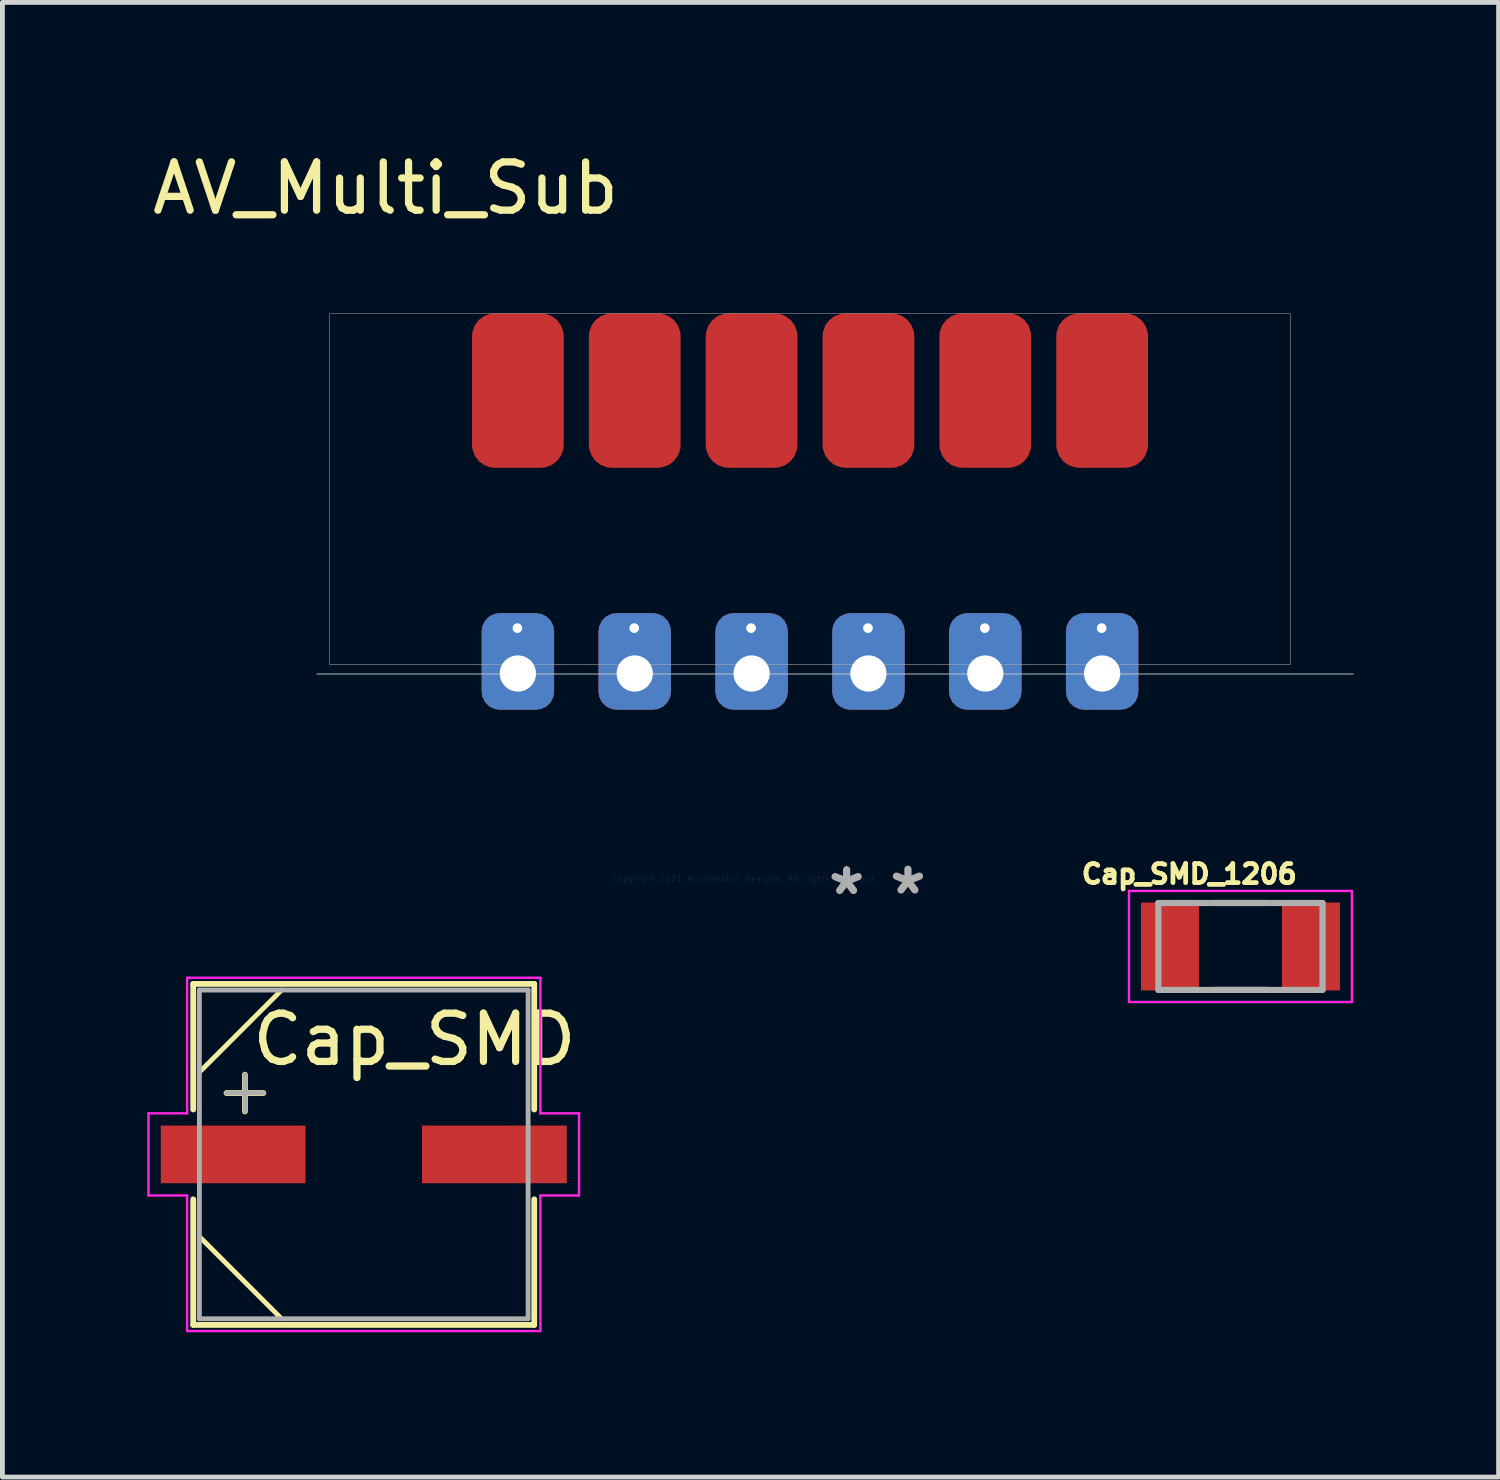
<source format=kicad_pcb>
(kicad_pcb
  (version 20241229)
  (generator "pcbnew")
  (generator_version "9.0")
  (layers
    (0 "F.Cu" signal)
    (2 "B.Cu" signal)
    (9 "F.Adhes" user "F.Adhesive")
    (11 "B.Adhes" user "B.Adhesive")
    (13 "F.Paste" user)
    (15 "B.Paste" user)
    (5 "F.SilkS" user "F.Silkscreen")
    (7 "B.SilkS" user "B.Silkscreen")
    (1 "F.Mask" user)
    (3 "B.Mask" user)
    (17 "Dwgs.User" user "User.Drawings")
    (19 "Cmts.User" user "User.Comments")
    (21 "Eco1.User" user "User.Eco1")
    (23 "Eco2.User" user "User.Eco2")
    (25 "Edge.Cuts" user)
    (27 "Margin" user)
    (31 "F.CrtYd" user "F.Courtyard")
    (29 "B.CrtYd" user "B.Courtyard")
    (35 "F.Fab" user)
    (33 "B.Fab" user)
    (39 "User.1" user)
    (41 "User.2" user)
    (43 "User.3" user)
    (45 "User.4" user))
  (footprint "Cap_SMD_1206"
    (layer "F.Cu")
    (at 22.639 16.551)
    (property "Reference" "Cap_SMD_1206" (at -1.06 -1.5 0) (layer "F.SilkS") (effects (font (size 0.394 0.394) (thickness 0.15))))
    (attr through_hole)
    (fp_line (start -0.54 -0.9) (end 0.54 -0.9) (stroke (width 0.127) (type solid)) (layer "F.SilkS"))
    (fp_line (start -0.54 0.9) (end 0.54 0.9) (stroke (width 0.127) (type solid)) (layer "F.SilkS"))
    (fp_line (start -2.308 -1.15) (end 2.308 -1.15) (stroke (width 0.05) (type solid)) (layer "F.CrtYd"))
    (fp_line (start -2.308 1.15) (end -2.308 -1.15) (stroke (width 0.05) (type solid)) (layer "F.CrtYd"))
    (fp_line (start -2.308 1.15) (end 2.308 1.15) (stroke (width 0.05) (type solid)) (layer "F.CrtYd"))
    (fp_line (start 2.308 1.15) (end 2.308 -1.15) (stroke (width 0.05) (type solid)) (layer "F.CrtYd"))
    (fp_line (start -1.7 0.9) (end -1.7 -0.9) (stroke (width 0.127) (type solid)) (layer "F.Fab"))
    (fp_line (start 1.7 -0.9) (end -1.7 -0.9) (stroke (width 0.127) (type solid)) (layer "F.Fab"))
    (fp_line (start 1.7 0.9) (end -1.7 0.9) (stroke (width 0.127) (type solid)) (layer "F.Fab"))
    (fp_line (start 1.7 0.9) (end 1.7 -0.9) (stroke (width 0.127) (type solid)) (layer "F.Fab"))
    (pad "1" smd rect (at -1.46 0) (size 1.2 1.82) (layers "F.Cu" "F.Mask" "F.Paste"))
    (pad "2" smd rect (at 1.46 0) (size 1.2 1.82) (layers "F.Cu" "F.Mask" "F.Paste")))
  (footprint "AV_Multi_Sub"
    (layer "F.Cu")
    (at 13.725 3.438)
    (property "Reference" "AV_Multi_Sub" (at -8.79 -2.59 0) (layer "F.SilkS") (effects (font (size 1 1) (thickness 0.15))))
    (attr through_hole)
    (fp_line (start -10.21 7.47) (end 11.25 7.47) (stroke (width 0.02) (type solid)) (layer "Dwgs.User"))
    (fp_poly (pts (xy 9.979 7.459) (xy 5.242 7.459) (xy 5.235 5.891) (xy 5.229 4.322) (xy -5.178 4.322) (xy -5.185 5.891) (xy -5.191 7.459) (xy -9.953 7.459) (xy -9.953 0.001) (xy 9.979 0.001) (xy 9.979 7.459)) (stroke (width 0.01) (type solid)) (fill no) (layer "Eco1.User"))
    (fp_poly (pts (xy 9.949 7.274) (xy -9.948 7.274) (xy -9.948 0.006) (xy 9.949 0.006) (xy 9.949 7.274)) (stroke (width 0.01) (type solid)) (fill no) (layer "F.Fab"))
    (pad "1" connect roundrect (at 6.05 1.6) (size 1.9 3.2) (layers "F.Cu" "F.Mask") (roundrect_rratio 0.25))
    (pad "3" connect roundrect (at 3.63 1.6) (size 1.9 3.2) (layers "F.Cu" "F.Mask") (roundrect_rratio 0.25))
    (pad "5" connect roundrect (at 1.21 1.6) (size 1.9 3.2) (layers "F.Cu" "F.Mask") (roundrect_rratio 0.25))
    (pad "7" connect roundrect (at -1.21 1.6) (size 1.9 3.2) (layers "F.Cu" "F.Mask") (roundrect_rratio 0.25))
    (pad "9" connect roundrect (at -3.63 1.6) (size 1.9 3.2) (layers "F.Cu" "F.Mask") (roundrect_rratio 0.25))
    (pad "11" connect roundrect (at -6.05 1.6) (size 1.9 3.2) (layers "F.Cu" "F.Mask") (roundrect_rratio 0.25))
    (pad "101" thru_hole circle (at 6.04 6.52) (size 0.4 0.4) (drill 0.2) (layers "*.Cu" "*.Mask"))
    (pad "101" thru_hole roundrect (at 6.05 7.46) (size 1.5 2) (drill 0.75 (offset 0 -0.25)) (layers "*.Cu" "*.Mask") (roundrect_rratio 0.25))
    (pad "103" thru_hole circle (at 3.62 6.52) (size 0.4 0.4) (drill 0.2) (layers "*.Cu" "*.Mask"))
    (pad "103" thru_hole roundrect (at 3.63 7.46) (size 1.5 2) (drill 0.75 (offset 0 -0.25)) (layers "*.Cu" "*.Mask") (roundrect_rratio 0.25))
    (pad "105" thru_hole circle (at 1.2 6.52) (size 0.4 0.4) (drill 0.2) (layers "*.Cu" "*.Mask"))
    (pad "105" thru_hole roundrect (at 1.21 7.46) (size 1.5 2) (drill 0.75 (offset 0 -0.25)) (layers "*.Cu" "*.Mask") (roundrect_rratio 0.25))
    (pad "107" thru_hole circle (at -1.22 6.52) (size 0.4 0.4) (drill 0.2) (layers "*.Cu" "*.Mask"))
    (pad "107" thru_hole roundrect (at -1.21 7.46) (size 1.5 2) (drill 0.75 (offset 0 -0.25)) (layers "*.Cu" "*.Mask") (roundrect_rratio 0.25))
    (pad "109" thru_hole circle (at -3.64 6.52) (size 0.4 0.4) (drill 0.2) (layers "*.Cu" "*.Mask"))
    (pad "109" thru_hole roundrect (at -3.63 7.46) (size 1.5 2) (drill 0.75 (offset 0 -0.25)) (layers "*.Cu" "*.Mask") (roundrect_rratio 0.25))
    (pad "111" thru_hole circle (at -6.06 6.52) (size 0.4 0.4) (drill 0.2) (layers "*.Cu" "*.Mask"))
    (pad "111" thru_hole roundrect (at -6.05 7.46) (size 1.5 2) (drill 0.75 (offset 0 -0.25)) (layers "*.Cu" "*.Mask") (roundrect_rratio 0.25)))
  (footprint "Cap_SMD"
    (layer "F.Cu")
    (at 4.483 20.857)
    (property "Reference" "Cap_SMD" (at 1.05 -2.38 0) (layer "F.SilkS") (effects (font (size 1 1) (thickness 0.15))))
    (attr through_hole)
    (fp_line (start -3.531 -3.531) (end -3.531 -0.93) (stroke (width 0.12) (type solid)) (layer "F.SilkS"))
    (fp_line (start -3.531 0.93) (end -3.531 3.531) (stroke (width 0.12) (type solid)) (layer "F.SilkS"))
    (fp_line (start -3.531 3.531) (end 3.531 3.531) (stroke (width 0.12) (type solid)) (layer "F.SilkS"))
    (fp_line (start -3.404 -1.702) (end -1.702 -3.404) (stroke (width 0.1) (type solid)) (layer "F.SilkS"))
    (fp_line (start -3.404 1.702) (end -1.702 3.404) (stroke (width 0.1) (type solid)) (layer "F.SilkS"))
    (fp_line (start -2.461 -1.651) (end -2.461 -0.889) (stroke (width 0.12) (type solid)) (layer "F.SilkS"))
    (fp_line (start -2.08 -1.27) (end -2.842 -1.27) (stroke (width 0.12) (type solid)) (layer "F.SilkS"))
    (fp_line (start 3.531 -3.531) (end -3.531 -3.531) (stroke (width 0.12) (type solid)) (layer "F.SilkS"))
    (fp_line (start 3.531 -0.93) (end 3.531 -3.531) (stroke (width 0.12) (type solid)) (layer "F.SilkS"))
    (fp_line (start 3.531 3.531) (end 3.531 0.93) (stroke (width 0.12) (type solid)) (layer "F.SilkS"))
    (fp_line (start -4.458 -0.851) (end -3.658 -0.851) (stroke (width 0.05) (type solid)) (layer "F.CrtYd"))
    (fp_line (start -4.458 0.851) (end -4.458 -0.851) (stroke (width 0.05) (type solid)) (layer "F.CrtYd"))
    (fp_line (start -3.658 -3.658) (end 3.658 -3.658) (stroke (width 0.05) (type solid)) (layer "F.CrtYd"))
    (fp_line (start -3.658 -0.851) (end -3.658 -3.658) (stroke (width 0.05) (type solid)) (layer "F.CrtYd"))
    (fp_line (start -3.658 0.851) (end -4.458 0.851) (stroke (width 0.05) (type solid)) (layer "F.CrtYd"))
    (fp_line (start -3.658 3.658) (end -3.658 0.851) (stroke (width 0.05) (type solid)) (layer "F.CrtYd"))
    (fp_line (start 3.658 -3.658) (end 3.658 -0.851) (stroke (width 0.05) (type solid)) (layer "F.CrtYd"))
    (fp_line (start 3.658 -0.851) (end 4.458 -0.851) (stroke (width 0.05) (type solid)) (layer "F.CrtYd"))
    (fp_line (start 3.658 0.851) (end 3.658 3.658) (stroke (width 0.05) (type solid)) (layer "F.CrtYd"))
    (fp_line (start 3.658 3.658) (end -3.658 3.658) (stroke (width 0.05) (type solid)) (layer "F.CrtYd"))
    (fp_line (start 4.458 -0.851) (end 4.458 0.851) (stroke (width 0.05) (type solid)) (layer "F.CrtYd"))
    (fp_line (start 4.458 0.851) (end 3.658 0.851) (stroke (width 0.05) (type solid)) (layer "F.CrtYd"))
    (fp_line (start -3.404 -3.404) (end -3.404 3.404) (stroke (width 0.1) (type solid)) (layer "F.Fab"))
    (fp_line (start -3.404 3.404) (end 3.404 3.404) (stroke (width 0.1) (type solid)) (layer "F.Fab"))
    (fp_line (start -2.461 -1.651) (end -2.461 -0.889) (stroke (width 0.1) (type solid)) (layer "F.Fab"))
    (fp_line (start -2.08 -1.27) (end -2.842 -1.27) (stroke (width 0.1) (type solid)) (layer "F.Fab"))
    (fp_line (start 3.404 -3.404) (end -3.404 -3.404) (stroke (width 0.1) (type solid)) (layer "F.Fab"))
    (fp_line (start 3.404 3.404) (end 3.404 -3.404) (stroke (width 0.1) (type solid)) (layer "F.Fab"))
    (fp_text user "Copyright 2021 Accelerated Designs. All rights reserved." (at 7.87 -5.71 0) (layer "Cmts.User") (effects (font (size 0.127 0.127) (thickness 0.002))))
    (fp_text user "*" (at 11.27 -5.36 0) (layer "F.Fab") (effects (font (size 1 1) (thickness 0.15))))
    (fp_text user "*" (at 10 -5.35 0) (layer "F.Fab") (effects (font (size 1 1) (thickness 0.15))))
    (pad "1" smd rect (at -2.705 0) (size 2.997 1.194) (layers "F.Cu" "F.Mask" "F.Paste"))
    (pad "2" smd rect (at 2.705 0) (size 2.997 1.194) (layers "F.Cu" "F.Mask" "F.Paste")))
  (gr_rect
    (start -3 -3)
    (end 27.985 27.539)
    (stroke (width 0.1) (type default))
    (fill no)
    (layer "Edge.Cuts")))
</source>
